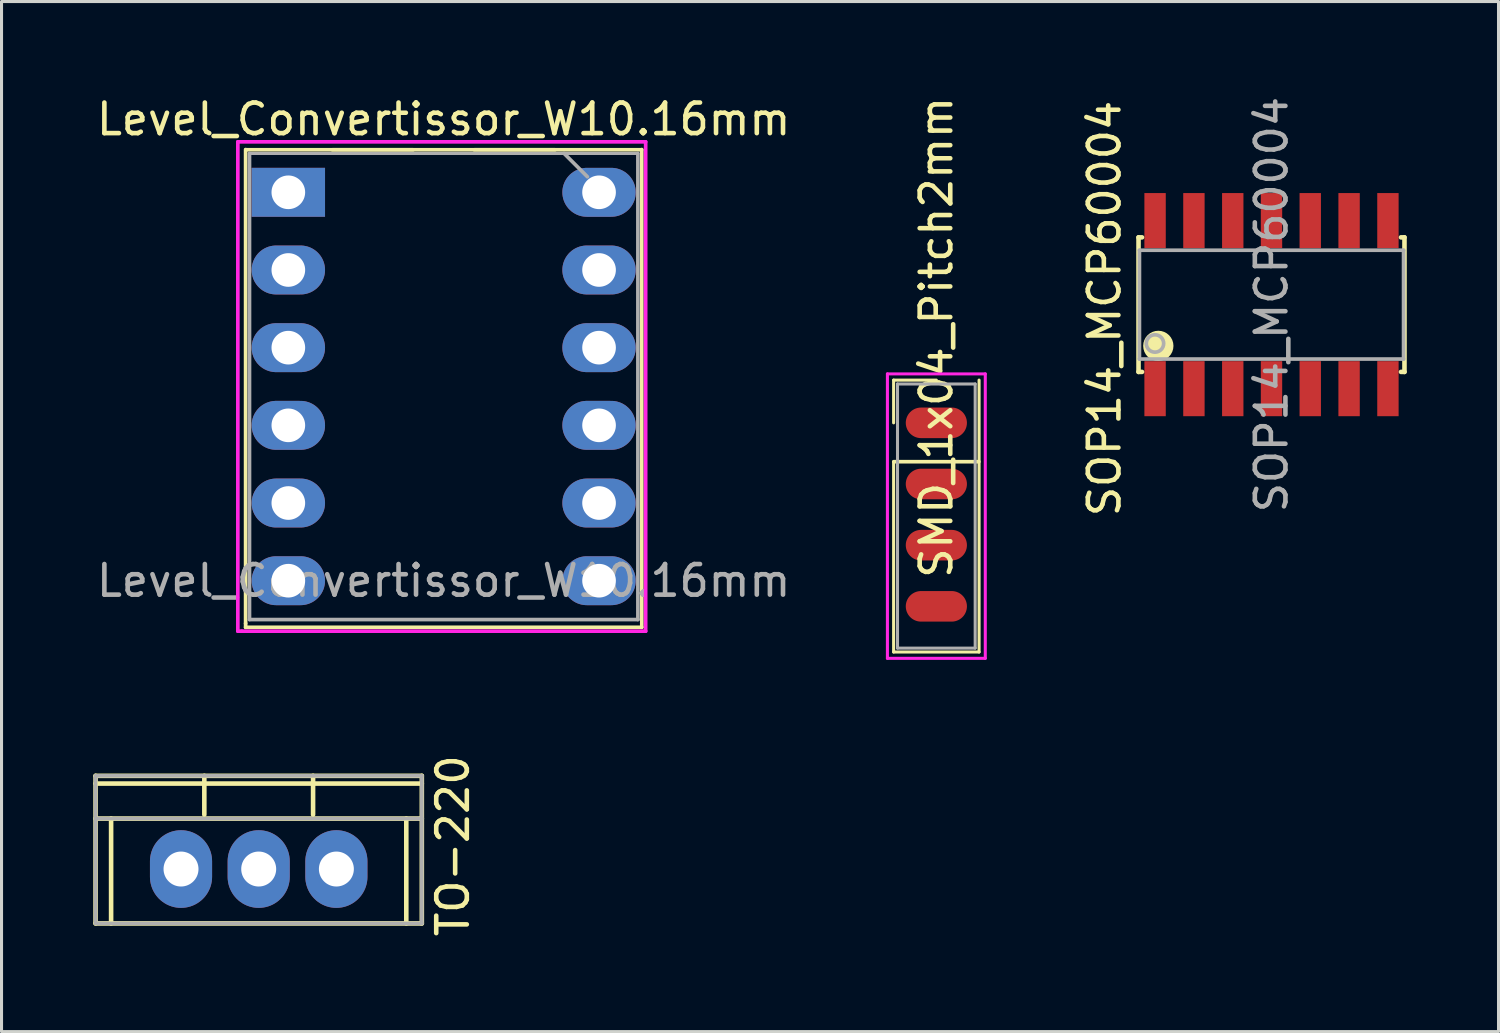
<source format=kicad_pcb>
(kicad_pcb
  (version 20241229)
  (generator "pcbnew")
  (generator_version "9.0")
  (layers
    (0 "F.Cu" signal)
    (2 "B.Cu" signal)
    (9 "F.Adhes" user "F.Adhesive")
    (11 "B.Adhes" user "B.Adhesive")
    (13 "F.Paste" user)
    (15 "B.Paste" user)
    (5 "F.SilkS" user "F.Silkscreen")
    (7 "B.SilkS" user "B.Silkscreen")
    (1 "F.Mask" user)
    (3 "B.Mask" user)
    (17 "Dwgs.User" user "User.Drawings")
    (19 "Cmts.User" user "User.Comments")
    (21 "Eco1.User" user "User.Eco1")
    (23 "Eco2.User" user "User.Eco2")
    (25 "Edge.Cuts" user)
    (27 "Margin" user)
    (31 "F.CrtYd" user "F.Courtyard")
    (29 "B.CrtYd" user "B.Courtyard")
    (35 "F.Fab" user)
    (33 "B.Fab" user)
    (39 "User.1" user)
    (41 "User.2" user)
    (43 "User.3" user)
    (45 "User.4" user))
  (footprint "SMD_1x04_Pitch2mm"
    (layer "F.Cu")
    (at 27.567 10.776)
    (property "Reference" "SMD_1x04_Pitch2mm" (at 0 -2.794 90) (layer "F.SilkS") (effects (font (size 1 1) (thickness 0.15))))
    (attr through_hole)
    (fp_line (start -1.397 -1.397) (end 0 -1.397) (stroke (width 0.1) (type solid)) (layer "F.SilkS"))
    (fp_line (start -1.397 0) (end -1.397 -1.397) (stroke (width 0.1) (type solid)) (layer "F.SilkS"))
    (fp_line (start -1.397 7.493) (end -1.397 1.27) (stroke (width 0.1) (type solid)) (layer "F.SilkS"))
    (fp_line (start -1.397 7.493) (end 1.397 7.493) (stroke (width 0.1) (type solid)) (layer "F.SilkS"))
    (fp_line (start 1.39 1.27) (end -1.39 1.27) (stroke (width 0.12) (type solid)) (layer "F.SilkS"))
    (fp_line (start 1.397 7.493) (end 1.397 -1.397) (stroke (width 0.1) (type solid)) (layer "F.SilkS"))
    (fp_line (start -1.6 -1.6) (end 1.6 -1.6) (stroke (width 0.1) (type solid)) (layer "F.CrtYd"))
    (fp_line (start -1.6 7.7) (end -1.6 -1.6) (stroke (width 0.1) (type solid)) (layer "F.CrtYd"))
    (fp_line (start -1.6 7.7) (end 1.6 7.7) (stroke (width 0.1) (type solid)) (layer "F.CrtYd"))
    (fp_line (start 1.6 7.7) (end 1.6 -1.6) (stroke (width 0.1) (type solid)) (layer "F.CrtYd"))
    (fp_line (start -1.27 7.366) (end -1.27 -1.27) (stroke (width 0.1) (type solid)) (layer "F.Fab"))
    (fp_line (start -1.27 7.366) (end 1.27 7.366) (stroke (width 0.1) (type solid)) (layer "F.Fab"))
    (fp_line (start 1.27 -1.27) (end -1.27 -1.27) (stroke (width 0.1) (type solid)) (layer "F.Fab"))
    (fp_line (start 1.27 -1.27) (end 1.27 7.366) (stroke (width 0.1) (type solid)) (layer "F.Fab"))
    (pad "1" smd oval (at 0 0) (size 2 1) (layers "F.Cu" "F.Mask" "F.Paste"))
    (pad "2" smd oval (at 0 2) (size 2 1) (layers "F.Cu" "F.Mask" "F.Paste"))
    (pad "3" smd oval (at 0 4) (size 2 1) (layers "F.Cu" "F.Mask" "F.Paste"))
    (pad "4" smd oval (at 0 6) (size 2 1) (layers "F.Cu" "F.Mask" "F.Paste")))
  (footprint "Level_Convertissor_W10.16mm"
    (layer "F.Cu")
    (at 6.378 3.238)
    (property "Reference" "Level_Convertissor_W10.16mm" (at 5.08 -2.39 0) (layer "F.SilkS") (effects (font (size 1 1) (thickness 0.15))))
    (attr through_hole)
    (fp_line (start -1.397 14.097) (end -1.397 -1.397) (stroke (width 0.12) (type solid)) (layer "F.SilkS"))
    (fp_line (start -1.397 14.097) (end -1.397 14.224) (stroke (width 0.12) (type solid)) (layer "F.SilkS"))
    (fp_line (start -1.397 14.224) (end 11.557 14.224) (stroke (width 0.12) (type solid)) (layer "F.SilkS"))
    (fp_line (start 4.08 -1.39) (end 1.44 -1.39) (stroke (width 0.12) (type solid)) (layer "F.SilkS"))
    (fp_line (start 8.72 -1.39) (end 6.08 -1.39) (stroke (width 0.12) (type solid)) (layer "F.SilkS"))
    (fp_line (start 11.55 -1.39) (end -1.39 -1.39) (stroke (width 0.12) (type solid)) (layer "F.SilkS"))
    (fp_line (start 11.557 14.224) (end 11.557 -1.397) (stroke (width 0.12) (type solid)) (layer "F.SilkS"))
    (fp_line (start -1.651 -1.651) (end 11.684 -1.651) (stroke (width 0.12) (type solid)) (layer "F.CrtYd"))
    (fp_line (start -1.651 14.351) (end -1.651 -1.651) (stroke (width 0.12) (type solid)) (layer "F.CrtYd"))
    (fp_line (start -1.524 14.351) (end -1.651 14.351) (stroke (width 0.12) (type solid)) (layer "F.CrtYd"))
    (fp_line (start 11.684 -1.651) (end 11.684 14.351) (stroke (width 0.12) (type solid)) (layer "F.CrtYd"))
    (fp_line (start 11.684 14.351) (end -1.524 14.351) (stroke (width 0.12) (type solid)) (layer "F.CrtYd"))
    (fp_line (start -1.27 -1.27) (end -1.27 13.97) (stroke (width 0.12) (type solid)) (layer "F.Fab"))
    (fp_line (start -1.27 13.97) (end 11.43 13.97) (stroke (width 0.12) (type solid)) (layer "F.Fab"))
    (fp_line (start 1.51 -1.27) (end 9.65 -1.27) (stroke (width 0.1) (type solid)) (layer "F.Fab"))
    (fp_line (start 9.017 -1.27) (end 9.779 -0.508) (stroke (width 0.12) (type solid)) (layer "F.Fab"))
    (fp_line (start 11.43 -1.27) (end -1.27 -1.27) (stroke (width 0.1) (type solid)) (layer "F.Fab"))
    (fp_line (start 11.43 13.97) (end 11.43 -1.27) (stroke (width 0.12) (type solid)) (layer "F.Fab"))
    (fp_text user "${REFERENCE}" (at 5.08 12.7 0) (layer "F.Fab") (effects (font (size 1 1) (thickness 0.15))))
    (pad "1" thru_hole oval (at 10.16 0) (size 2.4 1.6) (drill 1.1) (layers "*.Cu" "*.Mask"))
    (pad "2" thru_hole oval (at 10.16 2.54) (size 2.4 1.6) (drill 1.1) (layers "*.Cu" "*.Mask"))
    (pad "3" thru_hole oval (at 10.16 5.08) (size 2.4 1.6) (drill 1.1) (layers "*.Cu" "*.Mask"))
    (pad "4" thru_hole oval (at 10.16 7.62) (size 2.4 1.6) (drill 1.1) (layers "*.Cu" "*.Mask"))
    (pad "5" thru_hole oval (at 10.16 10.16) (size 2.4 1.6) (drill 1.1) (layers "*.Cu" "*.Mask"))
    (pad "6" thru_hole oval (at 10.16 12.7) (size 2.4 1.6) (drill 1.1) (layers "*.Cu" "*.Mask"))
    (pad "7" thru_hole oval (at 0 12.7) (size 2.4 1.6) (drill 1.1) (layers "*.Cu" "*.Mask"))
    (pad "8" thru_hole oval (at 0 10.16) (size 2.4 1.6) (drill 1.1) (layers "*.Cu" "*.Mask"))
    (pad "9" thru_hole oval (at 0 7.62) (size 2.4 1.6) (drill 1.1) (layers "*.Cu" "*.Mask"))
    (pad "10" thru_hole oval (at 0 5.08) (size 2.4 1.6) (drill 1.1) (layers "*.Cu" "*.Mask"))
    (pad "11" thru_hole oval (at 0 2.54) (size 2.4 1.6) (drill 1.1) (layers "*.Cu" "*.Mask"))
    (pad "12" thru_hole rect (at 0 0) (size 2.4 1.6) (drill 1.1) (layers "*.Cu" "*.Mask")))
  (footprint "TO-220"
    (layer "F.Cu")
    (at 5.409 25.366)
    (property "Reference" "TO-220" (at 6.35 -0.762 270) (layer "F.SilkS") (effects (font (size 1 1) (thickness 0.15))))
    (attr through_hole)
    (fp_line (start -5.334 -3.048) (end -5.334 1.778) (stroke (width 0.15) (type solid)) (layer "F.SilkS"))
    (fp_line (start -5.334 -1.651) (end 5.334 -1.651) (stroke (width 0.15) (type solid)) (layer "F.SilkS"))
    (fp_line (start -4.826 -1.651) (end -4.826 1.778) (stroke (width 0.15) (type solid)) (layer "F.SilkS"))
    (fp_line (start -1.778 -1.778) (end -1.778 -3.048) (stroke (width 0.15) (type solid)) (layer "F.SilkS"))
    (fp_line (start 1.778 -1.778) (end 1.778 -3.048) (stroke (width 0.15) (type solid)) (layer "F.SilkS"))
    (fp_line (start 4.826 -1.651) (end 4.826 1.778) (stroke (width 0.15) (type solid)) (layer "F.SilkS"))
    (fp_line (start 5.334 -3.048) (end -5.334 -3.048) (stroke (width 0.15) (type solid)) (layer "F.SilkS"))
    (fp_line (start 5.334 -3.048) (end 5.334 1.778) (stroke (width 0.15) (type solid)) (layer "F.SilkS"))
    (fp_line (start 5.334 -2.794) (end -5.334 -2.794) (stroke (width 0.15) (type solid)) (layer "F.SilkS"))
    (fp_line (start 5.334 1.778) (end -5.334 1.778) (stroke (width 0.15) (type solid)) (layer "F.SilkS"))
    (fp_line (start -5.334 -3.048) (end -5.334 1.778) (stroke (width 0.12) (type solid)) (layer "F.Fab"))
    (fp_line (start -5.334 -1.651) (end 5.207 -1.651) (stroke (width 0.12) (type solid)) (layer "F.Fab"))
    (fp_line (start -5.334 1.778) (end 5.334 1.778) (stroke (width 0.12) (type solid)) (layer "F.Fab"))
    (fp_line (start 5.207 -1.651) (end 5.334 -1.651) (stroke (width 0.12) (type solid)) (layer "F.Fab"))
    (fp_line (start 5.334 -3.048) (end -5.334 -3.048) (stroke (width 0.12) (type solid)) (layer "F.Fab"))
    (fp_line (start 5.334 1.778) (end 5.334 -3.048) (stroke (width 0.12) (type solid)) (layer "F.Fab"))
    (pad "1" thru_hole oval (at -2.54 0) (size 2.032 2.54) (drill 1.143) (layers "*.Cu" "*.Mask"))
    (pad "2" thru_hole oval (at 0 0) (size 2.032 2.54) (drill 1.143) (layers "*.Cu" "*.Mask"))
    (pad "3" thru_hole oval (at 2.54 0) (size 2.032 2.54) (drill 1.143) (layers "*.Cu" "*.Mask")))
  (footprint "SOP14_MCP60004"
    (layer "F.Cu")
    (at 38.526 6.911)
    (property "Reference" "SOP14_MCP60004" (at -5.461 0.127 90) (layer "F.SilkS") (effects (font (size 1 1) (thickness 0.15))))
    (attr through_hole)
    (fp_line (start -4.348 -2.2) (end -4.348 2.2) (stroke (width 0.15) (type solid)) (layer "F.SilkS"))
    (fp_line (start -4.348 -2.2) (end -4.234 -2.2) (stroke (width 0.15) (type solid)) (layer "F.SilkS"))
    (fp_line (start -4.348 2.2) (end -4.234 2.2) (stroke (width 0.15) (type solid)) (layer "F.SilkS"))
    (fp_line (start -3.701 1.346) (end -3.701 1.346) (stroke (width 0.3) (type solid)) (layer "F.SilkS"))
    (fp_line (start 4.234 -2.2) (end 4.348 -2.2) (stroke (width 0.15) (type solid)) (layer "F.SilkS"))
    (fp_line (start 4.234 2.2) (end 4.348 2.2) (stroke (width 0.15) (type solid)) (layer "F.SilkS"))
    (fp_line (start 4.348 -2.2) (end 4.348 2.2) (stroke (width 0.15) (type solid)) (layer "F.SilkS"))
    (fp_circle (center -3.701 1.349) (end -3.599 1.4) (stroke (width 0.381) (type solid)) (fill no) (layer "F.SilkS"))
    (fp_circle (center -3.701 1.349) (end -3.5 1.45) (stroke (width 0.381) (type solid)) (fill no) (layer "F.SilkS"))
    (fp_line (start -4.318 -1.778) (end -4.318 1.778) (stroke (width 0.12) (type solid)) (layer "F.Fab"))
    (fp_line (start -4.318 1.778) (end 4.318 1.778) (stroke (width 0.12) (type solid)) (layer "F.Fab"))
    (fp_line (start 4.318 -1.778) (end -4.318 -1.778) (stroke (width 0.12) (type solid)) (layer "F.Fab"))
    (fp_line (start 4.318 1.778) (end 4.318 -1.778) (stroke (width 0.12) (type solid)) (layer "F.Fab"))
    (fp_circle (center -3.81 1.27) (end -3.556 1.397) (stroke (width 0.12) (type solid)) (fill no) (layer "F.Fab"))
    (fp_text user "${REFERENCE}" (at 0 0 90) (layer "F.Fab") (effects (font (size 1 1) (thickness 0.15))))
    (pad "1" smd rect (at -3.807 2.748 180) (size 0.699 1.8) (layers "F.Cu" "F.Mask" "F.Paste"))
    (pad "2" smd rect (at -2.537 2.748 180) (size 0.699 1.8) (layers "F.Cu" "F.Mask" "F.Paste"))
    (pad "3" smd rect (at -1.267 2.748 180) (size 0.699 1.8) (layers "F.Cu" "F.Mask" "F.Paste"))
    (pad "4" smd rect (at 0 2.748 180) (size 0.699 1.8) (layers "F.Cu" "F.Mask" "F.Paste"))
    (pad "5" smd rect (at 1.267 2.748 180) (size 0.699 1.8) (layers "F.Cu" "F.Mask" "F.Paste"))
    (pad "6" smd rect (at 2.537 2.748 180) (size 0.699 1.8) (layers "F.Cu" "F.Mask" "F.Paste"))
    (pad "7" smd rect (at 3.807 2.748 180) (size 0.699 1.8) (layers "F.Cu" "F.Mask" "F.Paste"))
    (pad "8" smd rect (at 3.807 -2.748) (size 0.699 1.8) (layers "F.Cu" "F.Mask" "F.Paste"))
    (pad "9" smd rect (at 2.537 -2.748) (size 0.699 1.8) (layers "F.Cu" "F.Mask" "F.Paste"))
    (pad "10" smd rect (at 1.267 -2.748) (size 0.699 1.8) (layers "F.Cu" "F.Mask" "F.Paste"))
    (pad "11" smd rect (at 0 -2.748) (size 0.699 1.8) (layers "F.Cu" "F.Mask" "F.Paste"))
    (pad "12" smd rect (at -1.267 -2.748) (size 0.699 1.8) (layers "F.Cu" "F.Mask" "F.Paste"))
    (pad "13" smd rect (at -2.537 -2.748) (size 0.699 1.8) (layers "F.Cu" "F.Mask" "F.Paste"))
    (pad "14" smd rect (at -3.807 -2.748) (size 0.699 1.8) (layers "F.Cu" "F.Mask" "F.Paste")))
  (gr_rect
    (start -3 -3)
    (end 45.949 30.681)
    (stroke (width 0.1) (type default))
    (fill no)
    (layer "Edge.Cuts")))
</source>
